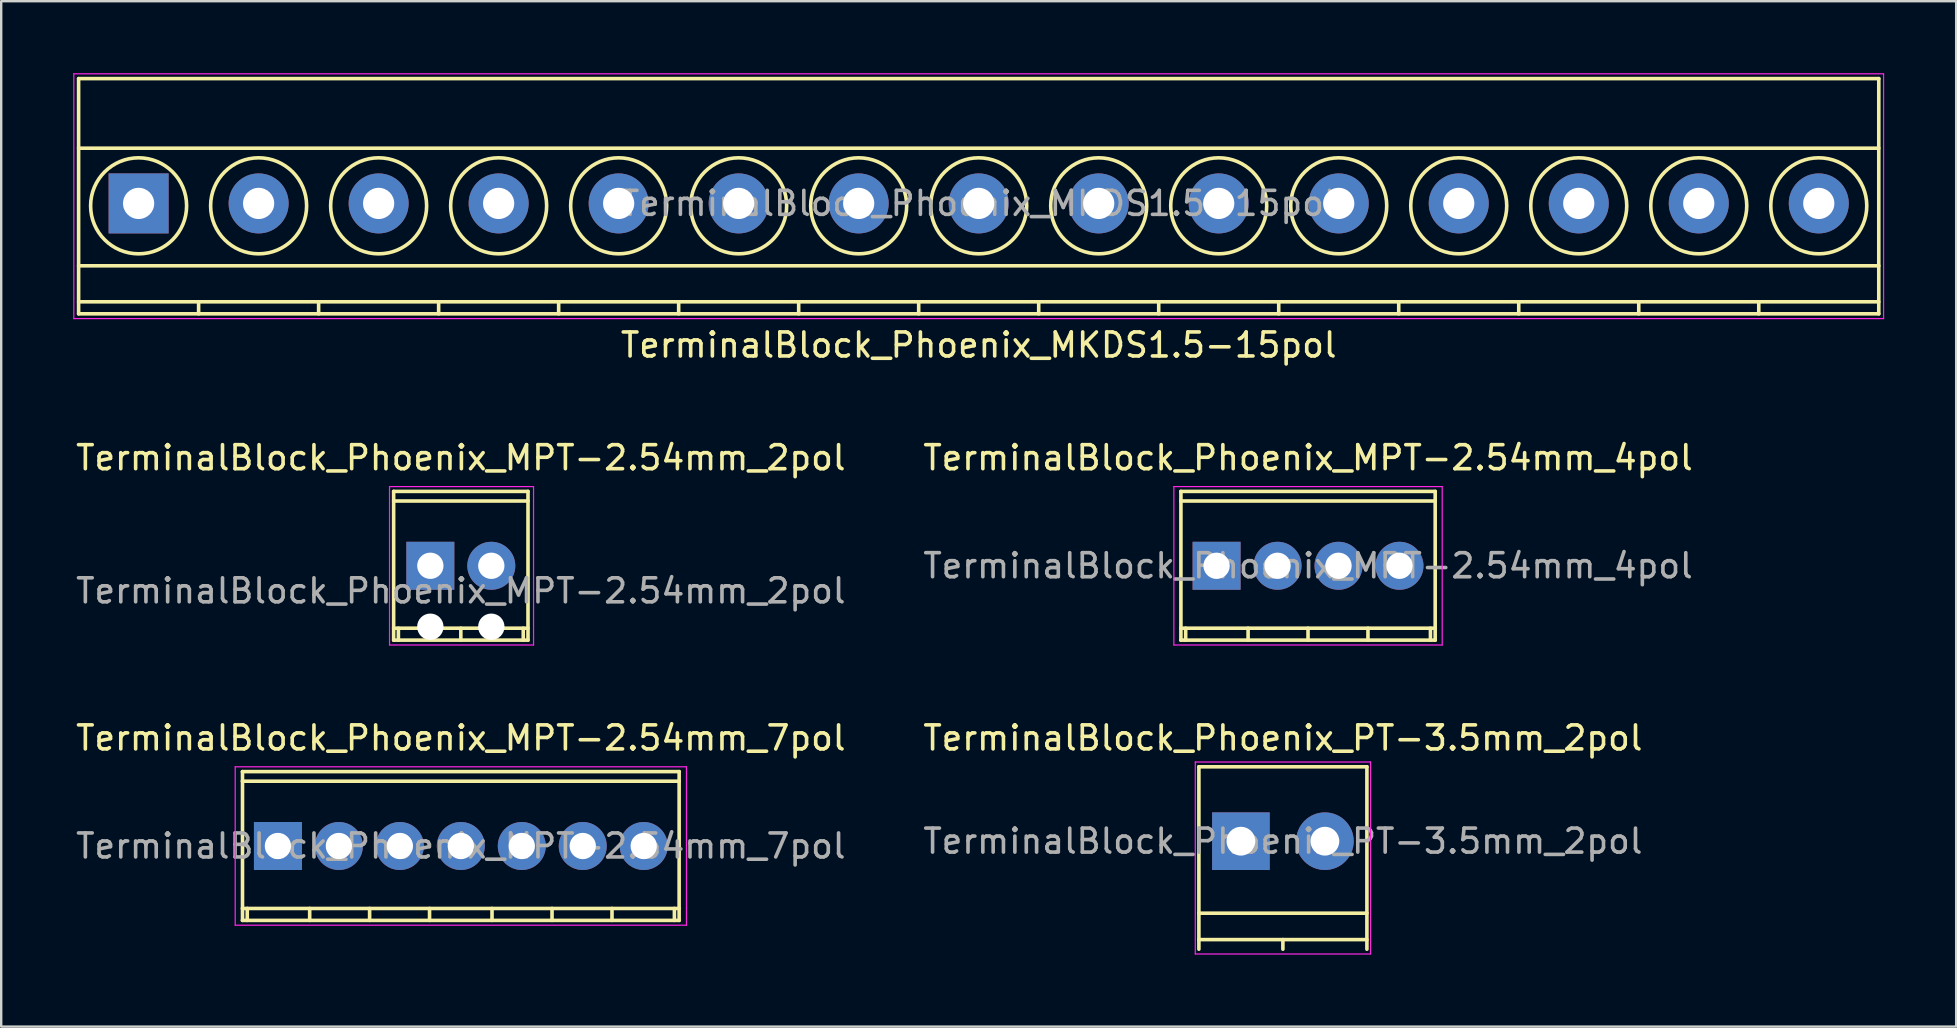
<source format=kicad_pcb>
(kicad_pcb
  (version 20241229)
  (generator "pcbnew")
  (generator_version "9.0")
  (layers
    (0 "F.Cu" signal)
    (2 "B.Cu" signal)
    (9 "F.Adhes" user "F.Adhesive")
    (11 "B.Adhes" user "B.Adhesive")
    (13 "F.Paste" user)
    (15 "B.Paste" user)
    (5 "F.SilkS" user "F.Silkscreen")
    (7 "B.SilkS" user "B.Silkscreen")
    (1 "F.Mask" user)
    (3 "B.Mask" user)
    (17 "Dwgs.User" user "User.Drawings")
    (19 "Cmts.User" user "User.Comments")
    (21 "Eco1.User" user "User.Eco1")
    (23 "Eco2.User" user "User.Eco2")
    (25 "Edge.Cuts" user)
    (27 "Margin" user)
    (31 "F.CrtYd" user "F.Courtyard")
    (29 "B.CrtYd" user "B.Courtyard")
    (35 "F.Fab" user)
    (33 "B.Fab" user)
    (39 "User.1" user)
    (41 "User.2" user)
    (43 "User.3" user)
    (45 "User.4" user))
  (footprint "TerminalBlock_Phoenix_MPT-2.54mm_4pol"
    (layer "F.Cu")
    (at 47.636 20.522)
    (property "Reference" "TerminalBlock_Phoenix_MPT-2.54mm_4pol" (at 3.81 -4.501 0) (layer "F.SilkS") (effects (font (size 1 1) (thickness 0.15))))
    (attr through_hole)
    (fp_line (start -1.491 -2.7) (end 9.111 -2.7) (stroke (width 0.15) (type solid)) (layer "F.SilkS"))
    (fp_line (start -1.491 2.601) (end 9.111 2.601) (stroke (width 0.15) (type solid)) (layer "F.SilkS"))
    (fp_line (start -1.486 -3.099) (end -1.486 3.099) (stroke (width 0.15) (type solid)) (layer "F.SilkS"))
    (fp_line (start -1.288 3.099) (end -1.288 2.601) (stroke (width 0.15) (type solid)) (layer "F.SilkS"))
    (fp_line (start 1.313 3.099) (end 1.313 2.601) (stroke (width 0.15) (type solid)) (layer "F.SilkS"))
    (fp_line (start 3.81 2.601) (end 3.81 3.099) (stroke (width 0.15) (type solid)) (layer "F.SilkS"))
    (fp_line (start 6.307 2.601) (end 6.307 3.099) (stroke (width 0.15) (type solid)) (layer "F.SilkS"))
    (fp_line (start 8.91 2.601) (end 8.91 3.099) (stroke (width 0.15) (type solid)) (layer "F.SilkS"))
    (fp_line (start 9.108 3.099) (end 9.108 -3.099) (stroke (width 0.15) (type solid)) (layer "F.SilkS"))
    (fp_line (start 9.111 -3.099) (end -1.491 -3.099) (stroke (width 0.15) (type solid)) (layer "F.SilkS"))
    (fp_line (start 9.111 3.099) (end -1.491 3.099) (stroke (width 0.15) (type solid)) (layer "F.SilkS"))
    (fp_line (start -1.78 -3.3) (end 9.4 -3.3) (stroke (width 0.05) (type solid)) (layer "F.CrtYd"))
    (fp_line (start -1.78 3.3) (end -1.78 -3.3) (stroke (width 0.05) (type solid)) (layer "F.CrtYd"))
    (fp_line (start 9.4 -3.3) (end 9.4 3.3) (stroke (width 0.05) (type solid)) (layer "F.CrtYd"))
    (fp_line (start 9.4 3.3) (end -1.78 3.3) (stroke (width 0.05) (type solid)) (layer "F.CrtYd"))
    (fp_text user "${REFERENCE}" (at 3.81 0 0) (layer "F.Fab") (effects (font (size 1 1) (thickness 0.15))))
    (pad "1" thru_hole rect (at 0 0 180) (size 1.999 1.999) (drill 1.097) (layers "*.Cu" "*.Mask"))
    (pad "2" thru_hole oval (at 2.54 0 180) (size 1.999 1.999) (drill 1.097) (layers "*.Cu" "*.Mask"))
    (pad "3" thru_hole oval (at 5.08 0 180) (size 1.999 1.999) (drill 1.097) (layers "*.Cu" "*.Mask"))
    (pad "4" thru_hole oval (at 7.62 0 180) (size 1.999 1.999) (drill 1.097) (layers "*.Cu" "*.Mask")))
  (footprint "TerminalBlock_Phoenix_MPT-2.54mm_2pol"
    (layer "F.Cu")
    (at 14.879 20.522)
    (property "Reference" "TerminalBlock_Phoenix_MPT-2.54mm_2pol" (at 1.27 -4.501 0) (layer "F.SilkS") (effects (font (size 1 1) (thickness 0.15))))
    (attr through_hole)
    (fp_line (start -1.529 -3.099) (end -1.529 3.099) (stroke (width 0.15) (type solid)) (layer "F.SilkS"))
    (fp_line (start -1.529 -2.7) (end 4.069 -2.7) (stroke (width 0.15) (type solid)) (layer "F.SilkS"))
    (fp_line (start -1.529 3.099) (end 4.069 3.099) (stroke (width 0.15) (type solid)) (layer "F.SilkS"))
    (fp_line (start -1.331 3.099) (end -1.331 2.601) (stroke (width 0.15) (type solid)) (layer "F.SilkS"))
    (fp_line (start 1.27 3.099) (end 1.27 2.601) (stroke (width 0.15) (type solid)) (layer "F.SilkS"))
    (fp_line (start 3.871 2.601) (end 3.871 3.099) (stroke (width 0.15) (type solid)) (layer "F.SilkS"))
    (fp_line (start 4.069 -3.099) (end -1.529 -3.099) (stroke (width 0.15) (type solid)) (layer "F.SilkS"))
    (fp_line (start 4.069 2.601) (end -1.529 2.601) (stroke (width 0.15) (type solid)) (layer "F.SilkS"))
    (fp_line (start 4.069 3.099) (end 4.069 -3.099) (stroke (width 0.15) (type solid)) (layer "F.SilkS"))
    (fp_line (start -1.7 -3.3) (end 4.3 -3.3) (stroke (width 0.05) (type solid)) (layer "F.CrtYd"))
    (fp_line (start -1.7 3.3) (end -1.7 -3.3) (stroke (width 0.05) (type solid)) (layer "F.CrtYd"))
    (fp_line (start 4.3 -3.3) (end 4.3 3.3) (stroke (width 0.05) (type solid)) (layer "F.CrtYd"))
    (fp_line (start 4.3 3.3) (end -1.7 3.3) (stroke (width 0.05) (type solid)) (layer "F.CrtYd"))
    (fp_text user "${REFERENCE}" (at 1.27 1.045 0) (layer "F.Fab") (effects (font (size 1 1) (thickness 0.15))))
    (pad "" np_thru_hole circle (at 0 2.54) (size 1.1 1.1) (drill 1.1) (layers "*.Cu" "*.Mask"))
    (pad "" np_thru_hole circle (at 2.54 2.54) (size 1.1 1.1) (drill 1.1) (layers "*.Cu" "*.Mask"))
    (pad "1" thru_hole rect (at 0 0) (size 1.999 1.999) (drill 1.097) (layers "*.Cu" "*.Mask"))
    (pad "2" thru_hole oval (at 2.54 0) (size 1.999 1.999) (drill 1.097) (layers "*.Cu" "*.Mask")))
  (footprint "TerminalBlock_Phoenix_MPT-2.54mm_7pol"
    (layer "F.Cu")
    (at 8.529 32.197)
    (property "Reference" "TerminalBlock_Phoenix_MPT-2.54mm_7pol" (at 7.62 -4.501 0) (layer "F.SilkS") (effects (font (size 1 1) (thickness 0.15))))
    (attr through_hole)
    (fp_line (start -1.481 3.099) (end 16.721 3.099) (stroke (width 0.15) (type solid)) (layer "F.SilkS"))
    (fp_line (start -1.476 -3.099) (end -1.476 3.099) (stroke (width 0.15) (type solid)) (layer "F.SilkS"))
    (fp_line (start -1.278 3.099) (end -1.278 2.601) (stroke (width 0.15) (type solid)) (layer "F.SilkS"))
    (fp_line (start 1.323 3.099) (end 1.323 2.601) (stroke (width 0.15) (type solid)) (layer "F.SilkS"))
    (fp_line (start 3.82 2.601) (end 3.82 3.099) (stroke (width 0.15) (type solid)) (layer "F.SilkS"))
    (fp_line (start 6.317 2.601) (end 6.317 3.099) (stroke (width 0.15) (type solid)) (layer "F.SilkS"))
    (fp_line (start 8.92 2.601) (end 8.92 3.099) (stroke (width 0.15) (type solid)) (layer "F.SilkS"))
    (fp_line (start 11.42 2.601) (end 11.42 3.099) (stroke (width 0.15) (type solid)) (layer "F.SilkS"))
    (fp_line (start 13.919 2.601) (end 13.919 3.099) (stroke (width 0.15) (type solid)) (layer "F.SilkS"))
    (fp_line (start 16.518 2.601) (end 16.518 3.099) (stroke (width 0.15) (type solid)) (layer "F.SilkS"))
    (fp_line (start 16.716 3.099) (end 16.716 -3.099) (stroke (width 0.15) (type solid)) (layer "F.SilkS"))
    (fp_line (start 16.721 -3.099) (end -1.481 -3.099) (stroke (width 0.15) (type solid)) (layer "F.SilkS"))
    (fp_line (start 16.721 -2.7) (end -1.481 -2.7) (stroke (width 0.15) (type solid)) (layer "F.SilkS"))
    (fp_line (start 16.721 2.601) (end -1.481 2.601) (stroke (width 0.15) (type solid)) (layer "F.SilkS"))
    (fp_line (start -1.78 -3.3) (end 17.02 -3.3) (stroke (width 0.05) (type solid)) (layer "F.CrtYd"))
    (fp_line (start -1.78 3.3) (end -1.78 -3.3) (stroke (width 0.05) (type solid)) (layer "F.CrtYd"))
    (fp_line (start 17.02 -3.3) (end 17.02 3.3) (stroke (width 0.05) (type solid)) (layer "F.CrtYd"))
    (fp_line (start 17.02 3.3) (end -1.78 3.3) (stroke (width 0.05) (type solid)) (layer "F.CrtYd"))
    (fp_text user "${REFERENCE}" (at 7.62 0 0) (layer "F.Fab") (effects (font (size 1 1) (thickness 0.15))))
    (pad "1" thru_hole rect (at 0 0 180) (size 1.999 1.999) (drill 1.097) (layers "*.Cu" "*.Mask"))
    (pad "2" thru_hole oval (at 2.54 0 180) (size 1.999 1.999) (drill 1.097) (layers "*.Cu" "*.Mask"))
    (pad "3" thru_hole oval (at 5.08 0 180) (size 1.999 1.999) (drill 1.097) (layers "*.Cu" "*.Mask"))
    (pad "4" thru_hole oval (at 7.62 0 180) (size 1.999 1.999) (drill 1.097) (layers "*.Cu" "*.Mask"))
    (pad "5" thru_hole oval (at 10.16 0 180) (size 1.999 1.999) (drill 1.097) (layers "*.Cu" "*.Mask"))
    (pad "6" thru_hole oval (at 12.7 0 180) (size 1.999 1.999) (drill 1.097) (layers "*.Cu" "*.Mask"))
    (pad "7" thru_hole oval (at 15.24 0 180) (size 1.999 1.999) (drill 1.097) (layers "*.Cu" "*.Mask")))
  (footprint "TerminalBlock_Phoenix_MKDS1.5-15pol"
    (layer "F.Cu")
    (at 2.725 5.425)
    (property "Reference" "TerminalBlock_Phoenix_MKDS1.5-15pol" (at 35 5.9 0) (layer "F.SilkS") (effects (font (size 1 1) (thickness 0.15))))
    (attr through_hole)
    (fp_line (start -2.5 -5.2) (end -2.5 4.6) (stroke (width 0.15) (type solid)) (layer "F.SilkS"))
    (fp_line (start -2.5 -2.3) (end 72.5 -2.3) (stroke (width 0.15) (type solid)) (layer "F.SilkS"))
    (fp_line (start -2.5 2.6) (end 72.5 2.6) (stroke (width 0.15) (type solid)) (layer "F.SilkS"))
    (fp_line (start -2.5 4.1) (end 72.5 4.1) (stroke (width 0.15) (type solid)) (layer "F.SilkS"))
    (fp_line (start -2.5 4.6) (end 72.5 4.6) (stroke (width 0.15) (type solid)) (layer "F.SilkS"))
    (fp_line (start 2.5 4.1) (end 2.5 4.6) (stroke (width 0.15) (type solid)) (layer "F.SilkS"))
    (fp_line (start 7.5 4.1) (end 7.5 4.6) (stroke (width 0.15) (type solid)) (layer "F.SilkS"))
    (fp_line (start 12.5 4.1) (end 12.5 4.6) (stroke (width 0.15) (type solid)) (layer "F.SilkS"))
    (fp_line (start 17.5 4.1) (end 17.5 4.6) (stroke (width 0.15) (type solid)) (layer "F.SilkS"))
    (fp_line (start 22.5 4.1) (end 22.5 4.6) (stroke (width 0.15) (type solid)) (layer "F.SilkS"))
    (fp_line (start 27.5 4.1) (end 27.5 4.6) (stroke (width 0.15) (type solid)) (layer "F.SilkS"))
    (fp_line (start 32.5 4.1) (end 32.5 4.6) (stroke (width 0.15) (type solid)) (layer "F.SilkS"))
    (fp_line (start 37.5 4.1) (end 37.5 4.6) (stroke (width 0.15) (type solid)) (layer "F.SilkS"))
    (fp_line (start 42.5 4.1) (end 42.5 4.6) (stroke (width 0.15) (type solid)) (layer "F.SilkS"))
    (fp_line (start 47.5 4.1) (end 47.5 4.6) (stroke (width 0.15) (type solid)) (layer "F.SilkS"))
    (fp_line (start 52.5 4.1) (end 52.5 4.6) (stroke (width 0.15) (type solid)) (layer "F.SilkS"))
    (fp_line (start 57.5 4.1) (end 57.5 4.6) (stroke (width 0.15) (type solid)) (layer "F.SilkS"))
    (fp_line (start 62.5 4.1) (end 62.5 4.6) (stroke (width 0.15) (type solid)) (layer "F.SilkS"))
    (fp_line (start 67.5 4.1) (end 67.5 4.6) (stroke (width 0.15) (type solid)) (layer "F.SilkS"))
    (fp_line (start 72.5 -5.2) (end -2.5 -5.2) (stroke (width 0.15) (type solid)) (layer "F.SilkS"))
    (fp_line (start 72.5 4.6) (end 72.5 -5.2) (stroke (width 0.15) (type solid)) (layer "F.SilkS"))
    (fp_circle (center 0 0.1) (end 2 0.1) (stroke (width 0.15) (type solid)) (fill no) (layer "F.SilkS"))
    (fp_circle (center 5 0.1) (end 3 0.1) (stroke (width 0.15) (type solid)) (fill no) (layer "F.SilkS"))
    (fp_circle (center 10 0.1) (end 8 0.1) (stroke (width 0.15) (type solid)) (fill no) (layer "F.SilkS"))
    (fp_circle (center 15 0.1) (end 13 0.1) (stroke (width 0.15) (type solid)) (fill no) (layer "F.SilkS"))
    (fp_circle (center 20 0.1) (end 18 0.1) (stroke (width 0.15) (type solid)) (fill no) (layer "F.SilkS"))
    (fp_circle (center 25 0.1) (end 23 0.1) (stroke (width 0.15) (type solid)) (fill no) (layer "F.SilkS"))
    (fp_circle (center 30 0.1) (end 28 0.1) (stroke (width 0.15) (type solid)) (fill no) (layer "F.SilkS"))
    (fp_circle (center 35 0.1) (end 33 0.1) (stroke (width 0.15) (type solid)) (fill no) (layer "F.SilkS"))
    (fp_circle (center 40 0.1) (end 38 0.1) (stroke (width 0.15) (type solid)) (fill no) (layer "F.SilkS"))
    (fp_circle (center 45 0.1) (end 43 0.1) (stroke (width 0.15) (type solid)) (fill no) (layer "F.SilkS"))
    (fp_circle (center 50 0.1) (end 48 0.1) (stroke (width 0.15) (type solid)) (fill no) (layer "F.SilkS"))
    (fp_circle (center 55 0.1) (end 53 0.1) (stroke (width 0.15) (type solid)) (fill no) (layer "F.SilkS"))
    (fp_circle (center 60 0.1) (end 58 0.1) (stroke (width 0.15) (type solid)) (fill no) (layer "F.SilkS"))
    (fp_circle (center 65 0.1) (end 63 0.1) (stroke (width 0.15) (type solid)) (fill no) (layer "F.SilkS"))
    (fp_circle (center 70 0.1) (end 68 0.1) (stroke (width 0.15) (type solid)) (fill no) (layer "F.SilkS"))
    (fp_line (start -2.7 -5.4) (end 72.7 -5.4) (stroke (width 0.05) (type solid)) (layer "F.CrtYd"))
    (fp_line (start -2.7 4.8) (end -2.7 -5.4) (stroke (width 0.05) (type solid)) (layer "F.CrtYd"))
    (fp_line (start 72.7 -5.4) (end 72.7 4.8) (stroke (width 0.05) (type solid)) (layer "F.CrtYd"))
    (fp_line (start 72.7 4.8) (end -2.7 4.8) (stroke (width 0.05) (type solid)) (layer "F.CrtYd"))
    (fp_text user "${REFERENCE}" (at 35 0 0) (layer "F.Fab") (effects (font (size 1 1) (thickness 0.15))))
    (pad "1" thru_hole rect (at 0 0) (size 2.5 2.5) (drill 1.3) (layers "*.Cu" "*.Mask"))
    (pad "2" thru_hole circle (at 5 0) (size 2.5 2.5) (drill 1.3) (layers "*.Cu" "*.Mask"))
    (pad "3" thru_hole circle (at 10 0) (size 2.5 2.5) (drill 1.3) (layers "*.Cu" "*.Mask"))
    (pad "4" thru_hole circle (at 15 0) (size 2.5 2.5) (drill 1.3) (layers "*.Cu" "*.Mask"))
    (pad "5" thru_hole circle (at 20 0) (size 2.5 2.5) (drill 1.3) (layers "*.Cu" "*.Mask"))
    (pad "6" thru_hole circle (at 25 0) (size 2.5 2.5) (drill 1.3) (layers "*.Cu" "*.Mask"))
    (pad "7" thru_hole circle (at 30 0) (size 2.5 2.5) (drill 1.3) (layers "*.Cu" "*.Mask"))
    (pad "8" thru_hole circle (at 35 0) (size 2.5 2.5) (drill 1.3) (layers "*.Cu" "*.Mask"))
    (pad "9" thru_hole circle (at 40 0) (size 2.5 2.5) (drill 1.3) (layers "*.Cu" "*.Mask"))
    (pad "10" thru_hole circle (at 45 0) (size 2.5 2.5) (drill 1.3) (layers "*.Cu" "*.Mask"))
    (pad "11" thru_hole circle (at 50 0) (size 2.5 2.5) (drill 1.3) (layers "*.Cu" "*.Mask"))
    (pad "12" thru_hole circle (at 55 0) (size 2.5 2.5) (drill 1.3) (layers "*.Cu" "*.Mask"))
    (pad "13" thru_hole circle (at 60 0) (size 2.5 2.5) (drill 1.3) (layers "*.Cu" "*.Mask"))
    (pad "14" thru_hole circle (at 65 0) (size 2.5 2.5) (drill 1.3) (layers "*.Cu" "*.Mask"))
    (pad "15" thru_hole circle (at 70 0) (size 2.5 2.5) (drill 1.3) (layers "*.Cu" "*.Mask")))
  (footprint "TerminalBlock_Phoenix_PT-3.5mm_2pol"
    (layer "F.Cu")
    (at 48.649 31.996)
    (property "Reference" "TerminalBlock_Phoenix_PT-3.5mm_2pol" (at 1.75 -4.3 0) (layer "F.SilkS") (effects (font (size 1 1) (thickness 0.15))))
    (attr through_hole)
    (fp_line (start -1.75 -3.1) (end -1.75 4.5) (stroke (width 0.15) (type solid)) (layer "F.SilkS"))
    (fp_line (start -1.75 3) (end 5.25 3) (stroke (width 0.15) (type solid)) (layer "F.SilkS"))
    (fp_line (start -1.75 4.1) (end 5.25 4.1) (stroke (width 0.15) (type solid)) (layer "F.SilkS"))
    (fp_line (start 1.75 4.1) (end 1.75 4.5) (stroke (width 0.15) (type solid)) (layer "F.SilkS"))
    (fp_line (start 5.25 -3.1) (end -1.75 -3.1) (stroke (width 0.15) (type solid)) (layer "F.SilkS"))
    (fp_line (start 5.25 4.5) (end 5.25 -3.1) (stroke (width 0.15) (type solid)) (layer "F.SilkS"))
    (fp_line (start -1.9 -3.3) (end 5.4 -3.3) (stroke (width 0.05) (type solid)) (layer "F.CrtYd"))
    (fp_line (start -1.9 4.7) (end -1.9 -3.3) (stroke (width 0.05) (type solid)) (layer "F.CrtYd"))
    (fp_line (start 5.4 -3.3) (end 5.4 4.7) (stroke (width 0.05) (type solid)) (layer "F.CrtYd"))
    (fp_line (start 5.4 4.7) (end -1.9 4.7) (stroke (width 0.05) (type solid)) (layer "F.CrtYd"))
    (fp_text user "${REFERENCE}" (at 1.75 0 0) (layer "F.Fab") (effects (font (size 1 1) (thickness 0.15))))
    (pad "1" thru_hole rect (at 0 0) (size 2.4 2.4) (drill 1.2) (layers "*.Cu" "*.Mask"))
    (pad "2" thru_hole circle (at 3.5 0) (size 2.4 2.4) (drill 1.2) (layers "*.Cu" "*.Mask")))
  (gr_rect
    (start -3 -3)
    (end 78.45 39.721)
    (stroke (width 0.1) (type default))
    (fill no)
    (layer "Edge.Cuts")))
</source>
